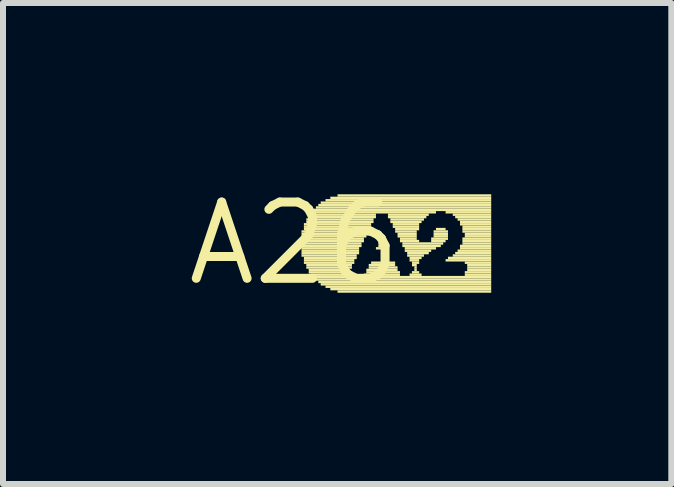
<source format=kicad_pcb>
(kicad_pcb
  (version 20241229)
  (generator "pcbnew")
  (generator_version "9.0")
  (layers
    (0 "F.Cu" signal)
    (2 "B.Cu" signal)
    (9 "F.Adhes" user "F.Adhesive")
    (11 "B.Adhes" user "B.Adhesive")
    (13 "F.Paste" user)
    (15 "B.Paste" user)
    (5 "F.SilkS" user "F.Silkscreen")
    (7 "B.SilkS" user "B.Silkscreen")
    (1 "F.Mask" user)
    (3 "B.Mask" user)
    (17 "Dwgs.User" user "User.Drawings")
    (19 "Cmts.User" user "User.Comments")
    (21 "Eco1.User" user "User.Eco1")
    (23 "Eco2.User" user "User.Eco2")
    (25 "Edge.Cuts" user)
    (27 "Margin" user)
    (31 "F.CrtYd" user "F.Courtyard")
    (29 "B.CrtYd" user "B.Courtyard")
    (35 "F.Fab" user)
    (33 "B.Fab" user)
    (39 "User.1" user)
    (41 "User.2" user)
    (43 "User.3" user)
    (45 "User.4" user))
  (footprint "A26"
    (layer "F.Cu")
    (at 1.852 1.006)
    (property "Reference" "A26" (at 0 0 0) (layer "F.SilkS") (effects (font (size 1.27 1.27) (thickness 0.15))))
    (fp_poly (pts (xy 0.12 -0.18) (xy 1.24 -0.18) (xy 1.24 -0.22) (xy 0.12 -0.22)) (stroke (width 0) (type default)) (fill yes) (layer "F.SilkS"))
    (fp_poly (pts (xy 0.12 -0.14) (xy 1.2 -0.14) (xy 1.2 -0.18) (xy 0.12 -0.18)) (stroke (width 0) (type default)) (fill yes) (layer "F.SilkS"))
    (fp_poly (pts (xy 0.12 -0.1) (xy 1.2 -0.1) (xy 1.2 -0.14) (xy 0.12 -0.14)) (stroke (width 0) (type default)) (fill yes) (layer "F.SilkS"))
    (fp_poly (pts (xy 0.12 -0.06) (xy 1.16 -0.06) (xy 1.16 -0.1) (xy 0.12 -0.1)) (stroke (width 0) (type default)) (fill yes) (layer "F.SilkS"))
    (fp_poly (pts (xy 0.12 -0.02) (xy 1.16 -0.02) (xy 1.16 -0.06) (xy 0.12 -0.06)) (stroke (width 0) (type default)) (fill yes) (layer "F.SilkS"))
    (fp_poly (pts (xy 0.12 0.02) (xy 1.12 0.02) (xy 1.12 -0.02) (xy 0.12 -0.02)) (stroke (width 0) (type default)) (fill yes) (layer "F.SilkS"))
    (fp_poly (pts (xy 0.12 0.06) (xy 1.12 0.06) (xy 1.12 0.02) (xy 0.12 0.02)) (stroke (width 0) (type default)) (fill yes) (layer "F.SilkS"))
    (fp_poly (pts (xy 0.12 0.1) (xy 1.08 0.1) (xy 1.08 0.06) (xy 0.12 0.06)) (stroke (width 0) (type default)) (fill yes) (layer "F.SilkS"))
    (fp_poly (pts (xy 0.12 0.14) (xy 1.08 0.14) (xy 1.08 0.1) (xy 0.12 0.1)) (stroke (width 0) (type default)) (fill yes) (layer "F.SilkS"))
    (fp_poly (pts (xy 0.12 0.18) (xy 1.08 0.18) (xy 1.08 0.14) (xy 0.12 0.14)) (stroke (width 0) (type default)) (fill yes) (layer "F.SilkS"))
    (fp_poly (pts (xy 0.12 0.22) (xy 1.04 0.22) (xy 1.04 0.18) (xy 0.12 0.18)) (stroke (width 0) (type default)) (fill yes) (layer "F.SilkS"))
    (fp_poly (pts (xy 0.16 -0.3) (xy 1.28 -0.3) (xy 1.28 -0.34) (xy 0.16 -0.34)) (stroke (width 0) (type default)) (fill yes) (layer "F.SilkS"))
    (fp_poly (pts (xy 0.16 -0.26) (xy 1.28 -0.26) (xy 1.28 -0.3) (xy 0.16 -0.3)) (stroke (width 0) (type default)) (fill yes) (layer "F.SilkS"))
    (fp_poly (pts (xy 0.16 -0.22) (xy 1.24 -0.22) (xy 1.24 -0.26) (xy 0.16 -0.26)) (stroke (width 0) (type default)) (fill yes) (layer "F.SilkS"))
    (fp_poly (pts (xy 0.16 0.26) (xy 1.04 0.26) (xy 1.04 0.22) (xy 0.16 0.22)) (stroke (width 0) (type default)) (fill yes) (layer "F.SilkS"))
    (fp_poly (pts (xy 0.16 0.3) (xy 1 0.3) (xy 1 0.26) (xy 0.16 0.26)) (stroke (width 0) (type default)) (fill yes) (layer "F.SilkS"))
    (fp_poly (pts (xy 0.16 0.34) (xy 1 0.34) (xy 1 0.3) (xy 0.16 0.3)) (stroke (width 0) (type default)) (fill yes) (layer "F.SilkS"))
    (fp_poly (pts (xy 0.2 -0.38) (xy 1.32 -0.38) (xy 1.32 -0.42) (xy 0.2 -0.42)) (stroke (width 0) (type default)) (fill yes) (layer "F.SilkS"))
    (fp_poly (pts (xy 0.2 -0.34) (xy 1.32 -0.34) (xy 1.32 -0.38) (xy 0.2 -0.38)) (stroke (width 0) (type default)) (fill yes) (layer "F.SilkS"))
    (fp_poly (pts (xy 0.2 0.38) (xy 0.96 0.38) (xy 0.96 0.34) (xy 0.2 0.34)) (stroke (width 0) (type default)) (fill yes) (layer "F.SilkS"))
    (fp_poly (pts (xy 0.2 0.42) (xy 0.96 0.42) (xy 0.96 0.38) (xy 0.2 0.38)) (stroke (width 0) (type default)) (fill yes) (layer "F.SilkS"))
    (fp_poly (pts (xy 0.24 -0.46) (xy 1.36 -0.46) (xy 1.36 -0.5) (xy 0.24 -0.5)) (stroke (width 0) (type default)) (fill yes) (layer "F.SilkS"))
    (fp_poly (pts (xy 0.24 -0.42) (xy 1.36 -0.42) (xy 1.36 -0.46) (xy 0.24 -0.46)) (stroke (width 0) (type default)) (fill yes) (layer "F.SilkS"))
    (fp_poly (pts (xy 0.24 0.46) (xy 0.92 0.46) (xy 0.92 0.42) (xy 0.24 0.42)) (stroke (width 0) (type default)) (fill yes) (layer "F.SilkS"))
    (fp_poly (pts (xy 0.24 0.5) (xy 0.96 0.5) (xy 0.96 0.46) (xy 0.24 0.46)) (stroke (width 0) (type default)) (fill yes) (layer "F.SilkS"))
    (fp_poly (pts (xy 0.28 -0.5) (xy 2.36 -0.5) (xy 2.36 -0.54) (xy 0.28 -0.54)) (stroke (width 0) (type default)) (fill yes) (layer "F.SilkS"))
    (fp_poly (pts (xy 0.28 0.54) (xy 1 0.54) (xy 1 0.5) (xy 0.28 0.5)) (stroke (width 0) (type default)) (fill yes) (layer "F.SilkS"))
    (fp_poly (pts (xy 0.32 -0.54) (xy 3.28 -0.54) (xy 3.28 -0.58) (xy 0.32 -0.58)) (stroke (width 0) (type default)) (fill yes) (layer "F.SilkS"))
    (fp_poly (pts (xy 0.32 0.58) (xy 3.28 0.58) (xy 3.28 0.54) (xy 0.32 0.54)) (stroke (width 0) (type default)) (fill yes) (layer "F.SilkS"))
    (fp_poly (pts (xy 0.36 -0.58) (xy 3.28 -0.58) (xy 3.28 -0.62) (xy 0.36 -0.62)) (stroke (width 0) (type default)) (fill yes) (layer "F.SilkS"))
    (fp_poly (pts (xy 0.36 0.62) (xy 3.28 0.62) (xy 3.28 0.58) (xy 0.36 0.58)) (stroke (width 0) (type default)) (fill yes) (layer "F.SilkS"))
    (fp_poly (pts (xy 0.4 -0.62) (xy 3.28 -0.62) (xy 3.28 -0.66) (xy 0.4 -0.66)) (stroke (width 0) (type default)) (fill yes) (layer "F.SilkS"))
    (fp_poly (pts (xy 0.4 0.66) (xy 3.28 0.66) (xy 3.28 0.62) (xy 0.4 0.62)) (stroke (width 0) (type default)) (fill yes) (layer "F.SilkS"))
    (fp_poly (pts (xy 0.44 -0.66) (xy 3.28 -0.66) (xy 3.28 -0.7) (xy 0.44 -0.7)) (stroke (width 0) (type default)) (fill yes) (layer "F.SilkS"))
    (fp_poly (pts (xy 0.44 0.7) (xy 3.28 0.7) (xy 3.28 0.66) (xy 0.44 0.66)) (stroke (width 0) (type default)) (fill yes) (layer "F.SilkS"))
    (fp_poly (pts (xy 0.52 -0.7) (xy 3.28 -0.7) (xy 3.28 -0.74) (xy 0.52 -0.74)) (stroke (width 0) (type default)) (fill yes) (layer "F.SilkS"))
    (fp_poly (pts (xy 0.52 0.74) (xy 3.28 0.74) (xy 3.28 0.7) (xy 0.52 0.7)) (stroke (width 0) (type default)) (fill yes) (layer "F.SilkS"))
    (fp_poly (pts (xy 0.6 -0.74) (xy 3.28 -0.74) (xy 3.28 -0.78) (xy 0.6 -0.78)) (stroke (width 0) (type default)) (fill yes) (layer "F.SilkS"))
    (fp_poly (pts (xy 0.6 0.78) (xy 3.28 0.78) (xy 3.28 0.74) (xy 0.6 0.74)) (stroke (width 0) (type default)) (fill yes) (layer "F.SilkS"))
    (fp_poly (pts (xy 0.72 -0.78) (xy 3.28 -0.78) (xy 3.28 -0.82) (xy 0.72 -0.82)) (stroke (width 0) (type default)) (fill yes) (layer "F.SilkS"))
    (fp_poly (pts (xy 0.72 0.82) (xy 3.28 0.82) (xy 3.28 0.78) (xy 0.72 0.78)) (stroke (width 0) (type default)) (fill yes) (layer "F.SilkS"))
    (fp_poly (pts (xy 1.16 0.54) (xy 1.76 0.54) (xy 1.76 0.5) (xy 1.16 0.5)) (stroke (width 0) (type default)) (fill yes) (layer "F.SilkS"))
    (fp_poly (pts (xy 1.2 0.46) (xy 1.72 0.46) (xy 1.72 0.42) (xy 1.2 0.42)) (stroke (width 0) (type default)) (fill yes) (layer "F.SilkS"))
    (fp_poly (pts (xy 1.2 0.5) (xy 1.76 0.5) (xy 1.76 0.46) (xy 1.2 0.46)) (stroke (width 0) (type default)) (fill yes) (layer "F.SilkS"))
    (fp_poly (pts (xy 1.24 0.38) (xy 1.68 0.38) (xy 1.68 0.34) (xy 1.24 0.34)) (stroke (width 0) (type default)) (fill yes) (layer "F.SilkS"))
    (fp_poly (pts (xy 1.24 0.42) (xy 1.72 0.42) (xy 1.72 0.38) (xy 1.24 0.38)) (stroke (width 0) (type default)) (fill yes) (layer "F.SilkS"))
    (fp_poly (pts (xy 1.28 0.34) (xy 1.68 0.34) (xy 1.68 0.3) (xy 1.28 0.3)) (stroke (width 0) (type default)) (fill yes) (layer "F.SilkS"))
    (fp_poly (pts (xy 1.36 0.1) (xy 1.56 0.1) (xy 1.56 0.06) (xy 1.36 0.06)) (stroke (width 0) (type default)) (fill yes) (layer "F.SilkS"))
    (fp_poly (pts (xy 1.4 0.02) (xy 1.52 0.02) (xy 1.52 -0.02) (xy 1.4 -0.02)) (stroke (width 0) (type default)) (fill yes) (layer "F.SilkS"))
    (fp_poly (pts (xy 1.4 0.06) (xy 1.52 0.06) (xy 1.52 0.02) (xy 1.4 0.02)) (stroke (width 0) (type default)) (fill yes) (layer "F.SilkS"))
    (fp_poly (pts (xy 1.44 -0.02) (xy 1.48 -0.02) (xy 1.48 -0.06) (xy 1.44 -0.06)) (stroke (width 0) (type default)) (fill yes) (layer "F.SilkS"))
    (fp_poly (pts (xy 1.56 -0.46) (xy 2.24 -0.46) (xy 2.24 -0.5) (xy 1.56 -0.5)) (stroke (width 0) (type default)) (fill yes) (layer "F.SilkS"))
    (fp_poly (pts (xy 1.56 -0.42) (xy 2.2 -0.42) (xy 2.2 -0.46) (xy 1.56 -0.46)) (stroke (width 0) (type default)) (fill yes) (layer "F.SilkS"))
    (fp_poly (pts (xy 1.6 -0.38) (xy 2.16 -0.38) (xy 2.16 -0.42) (xy 1.6 -0.42)) (stroke (width 0) (type default)) (fill yes) (layer "F.SilkS"))
    (fp_poly (pts (xy 1.6 -0.34) (xy 2.12 -0.34) (xy 2.12 -0.38) (xy 1.6 -0.38)) (stroke (width 0) (type default)) (fill yes) (layer "F.SilkS"))
    (fp_poly (pts (xy 1.64 -0.3) (xy 2.08 -0.3) (xy 2.08 -0.34) (xy 1.64 -0.34)) (stroke (width 0) (type default)) (fill yes) (layer "F.SilkS"))
    (fp_poly (pts (xy 1.64 -0.26) (xy 2.08 -0.26) (xy 2.08 -0.3) (xy 1.64 -0.3)) (stroke (width 0) (type default)) (fill yes) (layer "F.SilkS"))
    (fp_poly (pts (xy 1.68 -0.22) (xy 2.08 -0.22) (xy 2.08 -0.26) (xy 1.68 -0.26)) (stroke (width 0) (type default)) (fill yes) (layer "F.SilkS"))
    (fp_poly (pts (xy 1.68 -0.18) (xy 2.04 -0.18) (xy 2.04 -0.22) (xy 1.68 -0.22)) (stroke (width 0) (type default)) (fill yes) (layer "F.SilkS"))
    (fp_poly (pts (xy 1.72 -0.14) (xy 2.04 -0.14) (xy 2.04 -0.18) (xy 1.72 -0.18)) (stroke (width 0) (type default)) (fill yes) (layer "F.SilkS"))
    (fp_poly (pts (xy 1.72 -0.1) (xy 2.04 -0.1) (xy 2.04 -0.14) (xy 1.72 -0.14)) (stroke (width 0) (type default)) (fill yes) (layer "F.SilkS"))
    (fp_poly (pts (xy 1.76 -0.06) (xy 2.04 -0.06) (xy 2.04 -0.1) (xy 1.76 -0.1)) (stroke (width 0) (type default)) (fill yes) (layer "F.SilkS"))
    (fp_poly (pts (xy 1.76 -0.02) (xy 2.08 -0.02) (xy 2.08 -0.06) (xy 1.76 -0.06)) (stroke (width 0) (type default)) (fill yes) (layer "F.SilkS"))
    (fp_poly (pts (xy 1.8 0.02) (xy 2.48 0.02) (xy 2.48 -0.02) (xy 1.8 -0.02)) (stroke (width 0) (type default)) (fill yes) (layer "F.SilkS"))
    (fp_poly (pts (xy 1.8 0.06) (xy 2.44 0.06) (xy 2.44 0.02) (xy 1.8 0.02)) (stroke (width 0) (type default)) (fill yes) (layer "F.SilkS"))
    (fp_poly (pts (xy 1.84 0.1) (xy 2.36 0.1) (xy 2.36 0.06) (xy 1.84 0.06)) (stroke (width 0) (type default)) (fill yes) (layer "F.SilkS"))
    (fp_poly (pts (xy 1.84 0.14) (xy 2.28 0.14) (xy 2.28 0.1) (xy 1.84 0.1)) (stroke (width 0) (type default)) (fill yes) (layer "F.SilkS"))
    (fp_poly (pts (xy 1.88 0.18) (xy 2.24 0.18) (xy 2.24 0.14) (xy 1.88 0.14)) (stroke (width 0) (type default)) (fill yes) (layer "F.SilkS"))
    (fp_poly (pts (xy 1.88 0.22) (xy 2.16 0.22) (xy 2.16 0.18) (xy 1.88 0.18)) (stroke (width 0) (type default)) (fill yes) (layer "F.SilkS"))
    (fp_poly (pts (xy 1.92 0.26) (xy 2.12 0.26) (xy 2.12 0.22) (xy 1.92 0.22)) (stroke (width 0) (type default)) (fill yes) (layer "F.SilkS"))
    (fp_poly (pts (xy 1.92 0.3) (xy 2.08 0.3) (xy 2.08 0.26) (xy 1.92 0.26)) (stroke (width 0) (type default)) (fill yes) (layer "F.SilkS"))
    (fp_poly (pts (xy 1.92 0.54) (xy 2.12 0.54) (xy 2.12 0.5) (xy 1.92 0.5)) (stroke (width 0) (type default)) (fill yes) (layer "F.SilkS"))
    (fp_poly (pts (xy 1.96 0.34) (xy 2.08 0.34) (xy 2.08 0.3) (xy 1.96 0.3)) (stroke (width 0) (type default)) (fill yes) (layer "F.SilkS"))
    (fp_poly (pts (xy 1.96 0.38) (xy 2.04 0.38) (xy 2.04 0.34) (xy 1.96 0.34)) (stroke (width 0) (type default)) (fill yes) (layer "F.SilkS"))
    (fp_poly (pts (xy 1.96 0.5) (xy 2.08 0.5) (xy 2.08 0.46) (xy 1.96 0.46)) (stroke (width 0) (type default)) (fill yes) (layer "F.SilkS"))
    (fp_poly (pts (xy 2 0.42) (xy 2.04 0.42) (xy 2.04 0.38) (xy 2 0.38)) (stroke (width 0) (type default)) (fill yes) (layer "F.SilkS"))
    (fp_poly (pts (xy 2 0.46) (xy 2.04 0.46) (xy 2.04 0.42) (xy 2 0.42)) (stroke (width 0) (type default)) (fill yes) (layer "F.SilkS"))
    (fp_poly (pts (xy 2.28 -0.06) (xy 2.56 -0.06) (xy 2.56 -0.1) (xy 2.28 -0.1)) (stroke (width 0) (type default)) (fill yes) (layer "F.SilkS"))
    (fp_poly (pts (xy 2.28 -0.02) (xy 2.52 -0.02) (xy 2.52 -0.06) (xy 2.28 -0.06)) (stroke (width 0) (type default)) (fill yes) (layer "F.SilkS"))
    (fp_poly (pts (xy 2.32 -0.18) (xy 2.56 -0.18) (xy 2.56 -0.22) (xy 2.32 -0.22)) (stroke (width 0) (type default)) (fill yes) (layer "F.SilkS"))
    (fp_poly (pts (xy 2.32 -0.14) (xy 2.56 -0.14) (xy 2.56 -0.18) (xy 2.32 -0.18)) (stroke (width 0) (type default)) (fill yes) (layer "F.SilkS"))
    (fp_poly (pts (xy 2.32 -0.1) (xy 2.56 -0.1) (xy 2.56 -0.14) (xy 2.32 -0.14)) (stroke (width 0) (type default)) (fill yes) (layer "F.SilkS"))
    (fp_poly (pts (xy 2.36 -0.22) (xy 2.52 -0.22) (xy 2.52 -0.26) (xy 2.36 -0.26)) (stroke (width 0) (type default)) (fill yes) (layer "F.SilkS"))
    (fp_poly (pts (xy 2.52 -0.5) (xy 3.28 -0.5) (xy 3.28 -0.54) (xy 2.52 -0.54)) (stroke (width 0) (type default)) (fill yes) (layer "F.SilkS"))
    (fp_poly (pts (xy 2.52 0.3) (xy 3.28 0.3) (xy 3.28 0.26) (xy 2.52 0.26)) (stroke (width 0) (type default)) (fill yes) (layer "F.SilkS"))
    (fp_poly (pts (xy 2.56 0.26) (xy 3.28 0.26) (xy 3.28 0.22) (xy 2.56 0.22)) (stroke (width 0) (type default)) (fill yes) (layer "F.SilkS"))
    (fp_poly (pts (xy 2.64 -0.46) (xy 3.28 -0.46) (xy 3.28 -0.5) (xy 2.64 -0.5)) (stroke (width 0) (type default)) (fill yes) (layer "F.SilkS"))
    (fp_poly (pts (xy 2.64 0.22) (xy 3.28 0.22) (xy 3.28 0.18) (xy 2.64 0.18)) (stroke (width 0) (type default)) (fill yes) (layer "F.SilkS"))
    (fp_poly (pts (xy 2.68 -0.42) (xy 3.28 -0.42) (xy 3.28 -0.46) (xy 2.68 -0.46)) (stroke (width 0) (type default)) (fill yes) (layer "F.SilkS"))
    (fp_poly (pts (xy 2.68 0.18) (xy 3.28 0.18) (xy 3.28 0.14) (xy 2.68 0.14)) (stroke (width 0) (type default)) (fill yes) (layer "F.SilkS"))
    (fp_poly (pts (xy 2.72 -0.38) (xy 3.28 -0.38) (xy 3.28 -0.42) (xy 2.72 -0.42)) (stroke (width 0) (type default)) (fill yes) (layer "F.SilkS"))
    (fp_poly (pts (xy 2.72 0.14) (xy 3.28 0.14) (xy 3.28 0.1) (xy 2.72 0.1)) (stroke (width 0) (type default)) (fill yes) (layer "F.SilkS"))
    (fp_poly (pts (xy 2.76 -0.34) (xy 3.28 -0.34) (xy 3.28 -0.38) (xy 2.76 -0.38)) (stroke (width 0) (type default)) (fill yes) (layer "F.SilkS"))
    (fp_poly (pts (xy 2.76 -0.3) (xy 3.28 -0.3) (xy 3.28 -0.34) (xy 2.76 -0.34)) (stroke (width 0) (type default)) (fill yes) (layer "F.SilkS"))
    (fp_poly (pts (xy 2.76 0.06) (xy 3.28 0.06) (xy 3.28 0.02) (xy 2.76 0.02)) (stroke (width 0) (type default)) (fill yes) (layer "F.SilkS"))
    (fp_poly (pts (xy 2.76 0.1) (xy 3.28 0.1) (xy 3.28 0.06) (xy 2.76 0.06)) (stroke (width 0) (type default)) (fill yes) (layer "F.SilkS"))
    (fp_poly (pts (xy 2.8 -0.26) (xy 3.28 -0.26) (xy 3.28 -0.3) (xy 2.8 -0.3)) (stroke (width 0) (type default)) (fill yes) (layer "F.SilkS"))
    (fp_poly (pts (xy 2.8 -0.22) (xy 3.28 -0.22) (xy 3.28 -0.26) (xy 2.8 -0.26)) (stroke (width 0) (type default)) (fill yes) (layer "F.SilkS"))
    (fp_poly (pts (xy 2.8 -0.18) (xy 3.28 -0.18) (xy 3.28 -0.22) (xy 2.8 -0.22)) (stroke (width 0) (type default)) (fill yes) (layer "F.SilkS"))
    (fp_poly (pts (xy 2.8 -0.06) (xy 3.28 -0.06) (xy 3.28 -0.1) (xy 2.8 -0.1)) (stroke (width 0) (type default)) (fill yes) (layer "F.SilkS"))
    (fp_poly (pts (xy 2.8 -0.02) (xy 3.28 -0.02) (xy 3.28 -0.06) (xy 2.8 -0.06)) (stroke (width 0) (type default)) (fill yes) (layer "F.SilkS"))
    (fp_poly (pts (xy 2.8 0.02) (xy 3.28 0.02) (xy 3.28 -0.02) (xy 2.8 -0.02)) (stroke (width 0) (type default)) (fill yes) (layer "F.SilkS"))
    (fp_poly (pts (xy 2.84 -0.14) (xy 3.28 -0.14) (xy 3.28 -0.18) (xy 2.84 -0.18)) (stroke (width 0) (type default)) (fill yes) (layer "F.SilkS"))
    (fp_poly (pts (xy 2.84 -0.1) (xy 3.28 -0.1) (xy 3.28 -0.14) (xy 2.84 -0.14)) (stroke (width 0) (type default)) (fill yes) (layer "F.SilkS"))
    (fp_poly (pts (xy 2.84 0.34) (xy 3.28 0.34) (xy 3.28 0.3) (xy 2.84 0.3)) (stroke (width 0) (type default)) (fill yes) (layer "F.SilkS"))
    (fp_poly (pts (xy 2.84 0.5) (xy 3.28 0.5) (xy 3.28 0.46) (xy 2.84 0.46)) (stroke (width 0) (type default)) (fill yes) (layer "F.SilkS"))
    (fp_poly (pts (xy 2.84 0.54) (xy 3.28 0.54) (xy 3.28 0.5) (xy 2.84 0.5)) (stroke (width 0) (type default)) (fill yes) (layer "F.SilkS"))
    (fp_poly (pts (xy 2.88 0.38) (xy 3.28 0.38) (xy 3.28 0.34) (xy 2.88 0.34)) (stroke (width 0) (type default)) (fill yes) (layer "F.SilkS"))
    (fp_poly (pts (xy 2.88 0.42) (xy 3.28 0.42) (xy 3.28 0.38) (xy 2.88 0.38)) (stroke (width 0) (type default)) (fill yes) (layer "F.SilkS"))
    (fp_poly (pts (xy 2.88 0.46) (xy 3.28 0.46) (xy 3.28 0.42) (xy 2.88 0.42)) (stroke (width 0) (type default)) (fill yes) (layer "F.SilkS")))
  (gr_rect
    (start -3 -3)
    (end 8.132 5.012)
    (stroke (width 0.1) (type default))
    (fill no)
    (layer "Edge.Cuts")))
</source>
